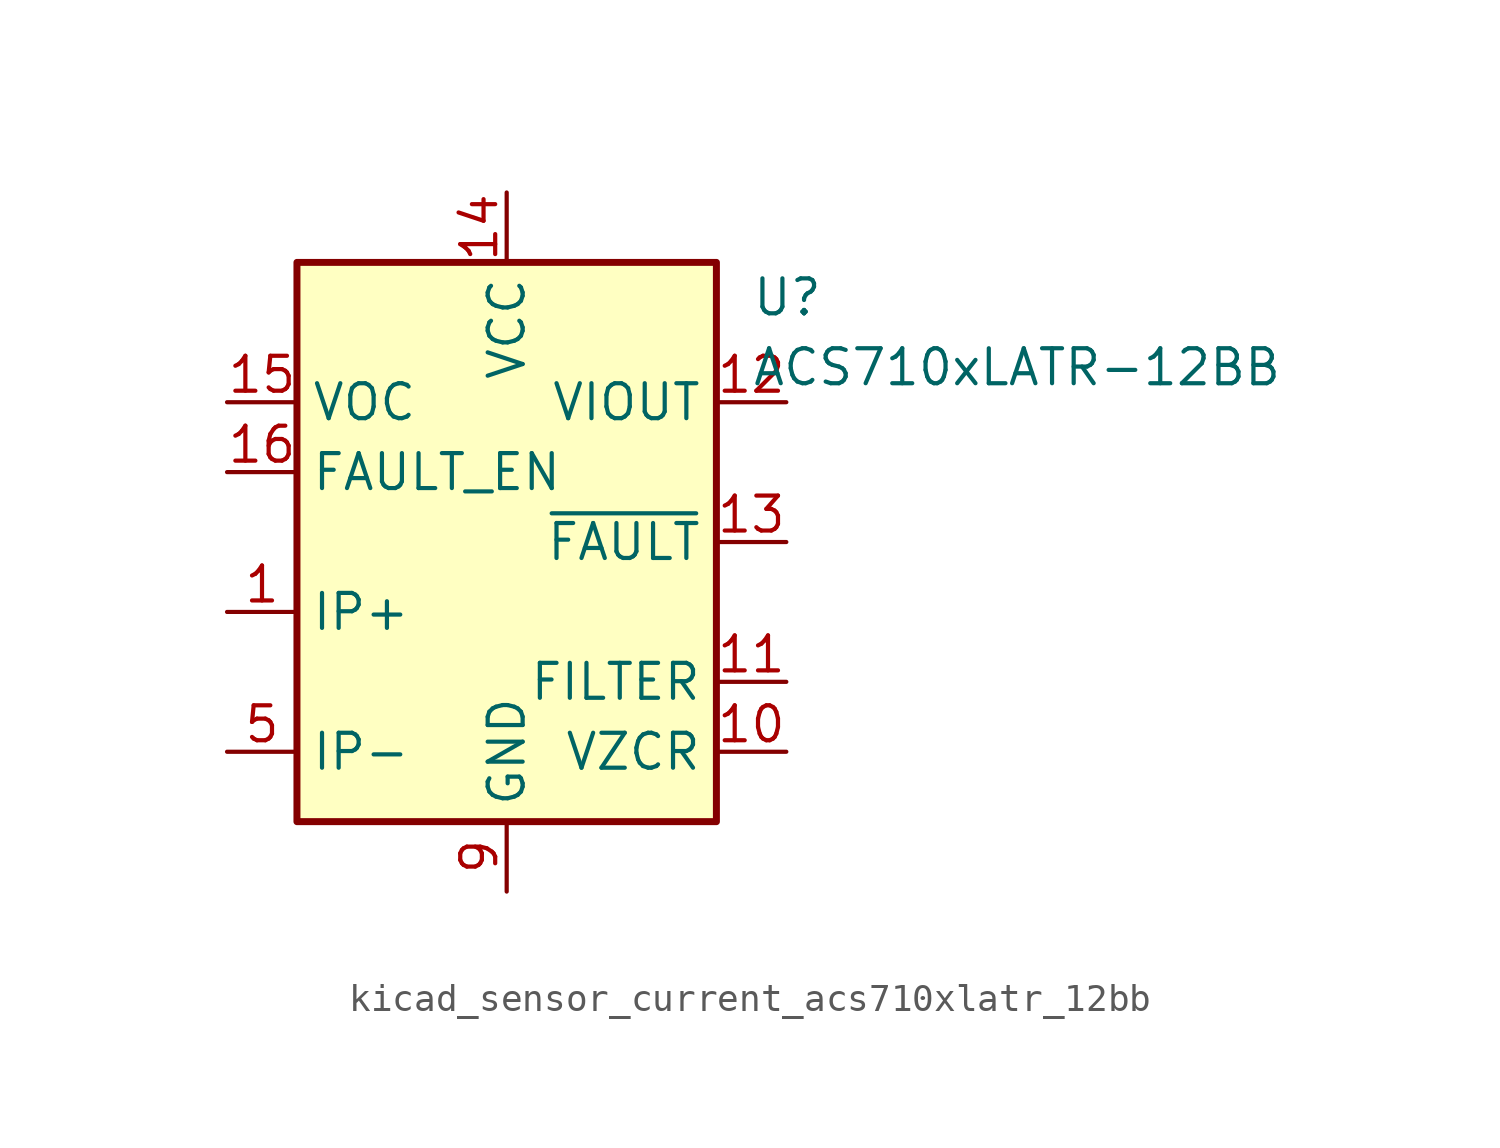
<source format=kicad_sym>
(kicad_symbol_lib
  (version 20220914)
  (generator kicad_symbol_editor)
  (symbol "kicad_sensor_current_acs710xlatr_12bb"
    (property "Reference" "U"
      (at 8.89 8.89 0)
      (effects (font (size 1.27 1.27)) (justify left)))
    (property "Value" "ACS710xLATR-12BB"
      (at 8.89 6.35 0)
      (effects (font (size 1.27 1.27)) (justify left)))
    (symbol "kicad_sensor_current_acs710xlatr_12bb_0_1"
      (rectangle (start -7.62 10.16) (end 7.62 -10.16) (stroke (width 0.254) (type default)) (fill (type background))))
    (symbol "kicad_sensor_current_acs710xlatr_12bb_1_1"
      (pin passive line (at -10.16 -2.54 0) (length 2.54) (name "IP+" (effects (font (size 1.27 1.27)))) (number "1" (effects (font (size 1.27 1.27)))))
      (pin passive line (at 10.16 -7.62 180) (length 2.54) (name "VZCR" (effects (font (size 1.27 1.27)))) (number "10" (effects (font (size 1.27 1.27)))))
      (pin passive line (at 10.16 -5.08 180) (length 2.54) (name "FILTER" (effects (font (size 1.27 1.27)))) (number "11" (effects (font (size 1.27 1.27)))))
      (pin output line (at 10.16 5.08 180) (length 2.54) (name "VIOUT" (effects (font (size 1.27 1.27)))) (number "12" (effects (font (size 1.27 1.27)))))
      (pin output line (at 10.16 0 180) (length 2.54) (name "~{FAULT}" (effects (font (size 1.27 1.27)))) (number "13" (effects (font (size 1.27 1.27)))))
      (pin power_in line (at 0 12.7 270) (length 2.54) (name "VCC" (effects (font (size 1.27 1.27)))) (number "14" (effects (font (size 1.27 1.27)))))
      (pin input line (at -10.16 5.08 0) (length 2.54) (name "VOC" (effects (font (size 1.27 1.27)))) (number "15" (effects (font (size 1.27 1.27)))))
      (pin input line (at -10.16 2.54 0) (length 2.54) (name "FAULT_EN" (effects (font (size 1.27 1.27)))) (number "16" (effects (font (size 1.27 1.27)))))
      (pin passive line (at -10.16 -2.54 0) (length 2.54) hide (name "IP+" (effects (font (size 1.27 1.27)))) (number "2" (effects (font (size 1.27 1.27)))))
      (pin passive line (at -10.16 -2.54 0) (length 2.54) hide (name "IP+" (effects (font (size 1.27 1.27)))) (number "3" (effects (font (size 1.27 1.27)))))
      (pin passive line (at -10.16 -2.54 0) (length 2.54) hide (name "IP+" (effects (font (size 1.27 1.27)))) (number "4" (effects (font (size 1.27 1.27)))))
      (pin passive line (at -10.16 -7.62 0) (length 2.54) (name "IP-" (effects (font (size 1.27 1.27)))) (number "5" (effects (font (size 1.27 1.27)))))
      (pin passive line (at -10.16 -7.62 0) (length 2.54) hide (name "IP-" (effects (font (size 1.27 1.27)))) (number "6" (effects (font (size 1.27 1.27)))))
      (pin passive line (at -10.16 -7.62 0) (length 2.54) hide (name "IP-" (effects (font (size 1.27 1.27)))) (number "7" (effects (font (size 1.27 1.27)))))
      (pin passive line (at -10.16 -7.62 0) (length 2.54) hide (name "IP-" (effects (font (size 1.27 1.27)))) (number "8" (effects (font (size 1.27 1.27)))))
      (pin power_in line (at 0 -12.7 90) (length 2.54) (name "GND" (effects (font (size 1.27 1.27)))) (number "9" (effects (font (size 1.27 1.27))))))))
</source>
